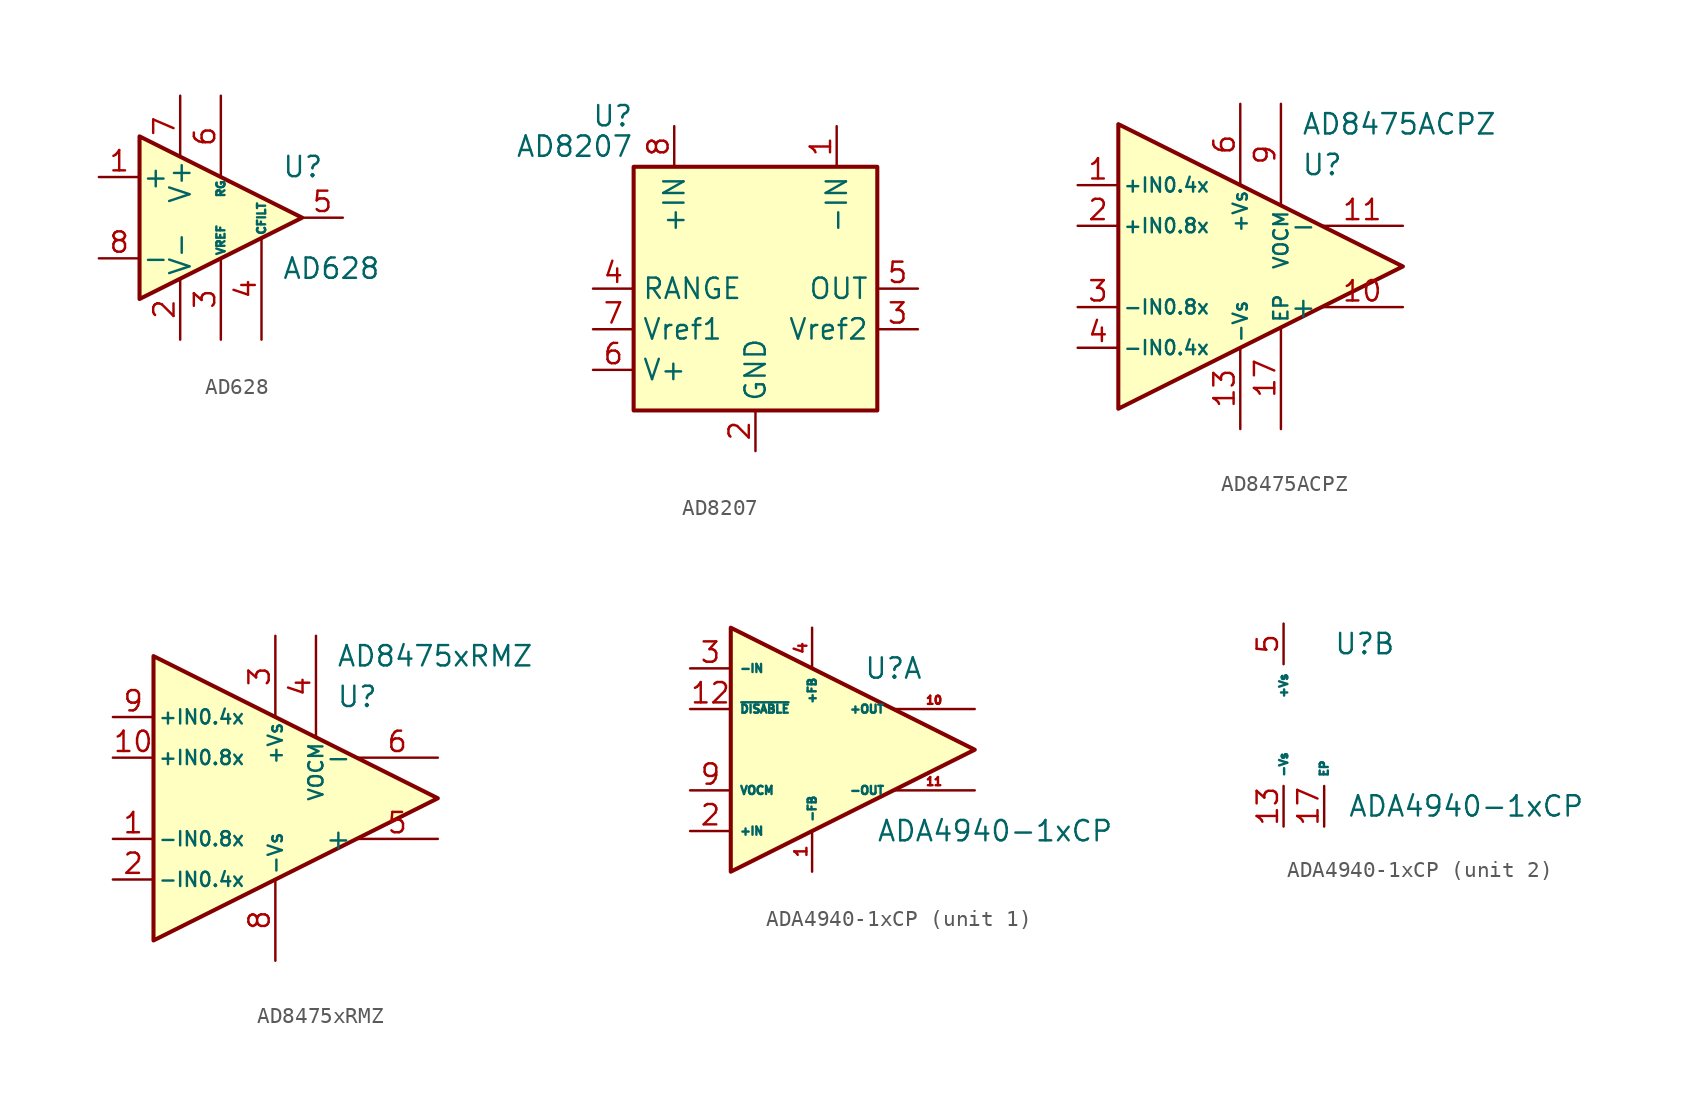
<source format=kicad_sym>
(kicad_symbol_lib
  (version 20211014)
  (generator kicad_symbol_editor)
  (symbol "AD628"
    (pin_names
      (offset 0.127))
    (property "Reference" "U"
      (at 3.81 3.175 0)
      (effects (font (size 1.27 1.27)) (justify left)))
    (property "Value" "AD628"
      (at 3.81 -3.175 0)
      (effects (font (size 1.27 1.27)) (justify left)))
    (symbol "AD628_0_1"
      (polyline (pts (xy 5.08 0) (xy -5.08 5.08) (xy -5.08 -5.08) (xy 5.08 0)) (stroke (width 0.254) (type default) (color 0 0 0 0)) (fill (type background))))
    (symbol "AD628_1_1"
      (pin input line (at -7.62 2.54 0) (length 2.54) (name "+" (effects (font (size 1.27 1.27)))) (number "1" (effects (font (size 1.27 1.27)))))
      (pin power_in line (at -2.54 -7.62 90) (length 3.81) (name "V-" (effects (font (size 1.27 1.27)))) (number "2" (effects (font (size 1.27 1.27)))))
      (pin passive line (at 0 -7.62 90) (length 5.08) (name "VREF" (effects (font (size 0.508 0.508)))) (number "3" (effects (font (size 1.27 1.27)))))
      (pin passive line (at 2.54 -7.62 90) (length 6.35) (name "CFILT" (effects (font (size 0.508 0.508)))) (number "4" (effects (font (size 1.27 1.27)))))
      (pin output line (at 7.62 0 180) (length 2.54) (name "~" (effects (font (size 1.27 1.27)))) (number "5" (effects (font (size 1.27 1.27)))))
      (pin passive line (at 0 7.62 270) (length 5.08) (name "RG" (effects (font (size 0.508 0.508)))) (number "6" (effects (font (size 1.27 1.27)))))
      (pin power_in line (at -2.54 7.62 270) (length 3.81) (name "V+" (effects (font (size 1.27 1.27)))) (number "7" (effects (font (size 1.27 1.27)))))
      (pin input line (at -7.62 -2.54 0) (length 2.54) (name "-" (effects (font (size 1.27 1.27)))) (number "8" (effects (font (size 1.27 1.27)))))))
  (symbol "AD8207"
    (property "Reference" "U"
      (at -7.62 10.795 0)
      (effects (font (size 1.27 1.27)) (justify right)))
    (property "Value" "AD8207"
      (at -7.62 8.89 0)
      (effects (font (size 1.27 1.27)) (justify right)))
    (symbol "AD8207_0_1"
      (rectangle (start -7.62 7.62) (end 7.62 -7.62) (stroke (width 0.254) (type default) (color 0 0 0 0)) (fill (type background))))
    (symbol "AD8207_1_1"
      (pin input line (at 5.08 10.16 270) (length 2.54) (name "-IN" (effects (font (size 1.27 1.27)))) (number "1" (effects (font (size 1.27 1.27)))))
      (pin power_in line (at 0 -10.16 90) (length 2.54) (name "GND" (effects (font (size 1.27 1.27)))) (number "2" (effects (font (size 1.27 1.27)))))
      (pin input line (at 10.16 -2.54 180) (length 2.54) (name "Vref2" (effects (font (size 1.27 1.27)))) (number "3" (effects (font (size 1.27 1.27)))))
      (pin input line (at -10.16 0 0) (length 2.54) (name "RANGE" (effects (font (size 1.27 1.27)))) (number "4" (effects (font (size 1.27 1.27)))))
      (pin output line (at 10.16 0 180) (length 2.54) (name "OUT" (effects (font (size 1.27 1.27)))) (number "5" (effects (font (size 1.27 1.27)))))
      (pin power_in line (at -10.16 -5.08 0) (length 2.54) (name "V+" (effects (font (size 1.27 1.27)))) (number "6" (effects (font (size 1.27 1.27)))))
      (pin input line (at -10.16 -2.54 0) (length 2.54) (name "Vref1" (effects (font (size 1.27 1.27)))) (number "7" (effects (font (size 1.27 1.27)))))
      (pin input line (at -5.08 10.16 270) (length 2.54) (name "+IN" (effects (font (size 1.27 1.27)))) (number "8" (effects (font (size 1.27 1.27)))))))
  (symbol "AD8475ACPZ"
    (pin_names
      (offset 0.254))
    (property "Reference" "U"
      (at 3.81 6.35 0)
      (effects (font (size 1.27 1.27)) (justify left)))
    (property "Value" "AD8475ACPZ"
      (at 3.81 8.89 0)
      (effects (font (size 1.27 1.27)) (justify left)))
    (symbol "AD8475ACPZ_0_1"
      (polyline (pts (xy -7.62 8.89) (xy -7.62 -8.89) (xy 10.16 0) (xy -7.62 8.89)) (stroke (width 0.254) (type default) (color 0 0 0 0)) (fill (type background))))
    (symbol "AD8475ACPZ_1_1"
      (pin input line (at -10.16 5.08 0) (length 2.54) (name "+IN0.4x" (effects (font (size 0.889 0.889)))) (number "1" (effects (font (size 1.27 1.27)))))
      (pin output line (at 10.16 -2.54 180) (length 5.08) (name "+" (effects (font (size 1.27 1.27)))) (number "10" (effects (font (size 1.27 1.27)))))
      (pin output line (at 10.16 2.54 180) (length 5.08) (name "-" (effects (font (size 1.27 1.27)))) (number "11" (effects (font (size 1.27 1.27)))))
      (pin no_connect line (at -7.62 -7.62 0) (length 2.54) hide (name "NC" (effects (font (size 1.27 1.27)))) (number "12" (effects (font (size 1.27 1.27)))))
      (pin power_in line (at 0 -10.16 90) (length 5.08) (name "-Vs" (effects (font (size 0.889 0.889)))) (number "13" (effects (font (size 1.27 1.27)))))
      (pin passive line (at 0 -10.16 90) (length 5.08) hide (name "-Vs" (effects (font (size 0.889 0.889)))) (number "14" (effects (font (size 1.27 1.27)))))
      (pin passive line (at 0 -10.16 90) (length 5.08) hide (name "-Vs" (effects (font (size 0.889 0.889)))) (number "15" (effects (font (size 1.27 1.27)))))
      (pin input line (at -10.16 5.08 0) (length 2.54) hide (name "+IN0.4x" (effects (font (size 0.889 0.889)))) (number "16" (effects (font (size 1.27 1.27)))))
      (pin passive line (at 2.54 -10.16 90) (length 6.35) (name "EP" (effects (font (size 0.889 0.889)))) (number "17" (effects (font (size 1.27 1.27)))))
      (pin input line (at -10.16 2.54 0) (length 2.54) (name "+IN0.8x" (effects (font (size 0.889 0.889)))) (number "2" (effects (font (size 1.27 1.27)))))
      (pin input line (at -10.16 -2.54 0) (length 2.54) (name "-IN0.8x" (effects (font (size 0.889 0.889)))) (number "3" (effects (font (size 1.27 1.27)))))
      (pin input line (at -10.16 -5.08 0) (length 2.54) (name "-IN0.4x" (effects (font (size 0.889 0.889)))) (number "4" (effects (font (size 1.27 1.27)))))
      (pin input line (at -10.16 -5.08 0) (length 2.54) hide (name "-IN0.4x" (effects (font (size 0.889 0.889)))) (number "5" (effects (font (size 1.27 1.27)))))
      (pin power_in line (at 0 10.16 270) (length 5.08) (name "+Vs" (effects (font (size 0.889 0.889)))) (number "6" (effects (font (size 1.27 1.27)))))
      (pin passive line (at 0 10.16 270) (length 5.08) hide (name "+Vs" (effects (font (size 0.889 0.889)))) (number "7" (effects (font (size 1.27 1.27)))))
      (pin passive line (at 0 10.16 270) (length 5.08) hide (name "+Vs" (effects (font (size 0.889 0.889)))) (number "8" (effects (font (size 1.27 1.27)))))
      (pin power_in line (at 2.54 10.16 270) (length 6.35) (name "VOCM" (effects (font (size 0.889 0.889)))) (number "9" (effects (font (size 1.27 1.27)))))))
  (symbol "AD8475xRMZ"
    (pin_names
      (offset 0.254))
    (property "Reference" "U"
      (at 3.81 6.35 0)
      (effects (font (size 1.27 1.27)) (justify left)))
    (property "Value" "AD8475xRMZ"
      (at 3.81 8.89 0)
      (effects (font (size 1.27 1.27)) (justify left)))
    (symbol "AD8475xRMZ_0_1"
      (polyline (pts (xy -7.62 8.89) (xy -7.62 -8.89) (xy 10.16 0) (xy -7.62 8.89)) (stroke (width 0.254) (type default) (color 0 0 0 0)) (fill (type background))))
    (symbol "AD8475xRMZ_1_1"
      (pin input line (at -10.16 -2.54 0) (length 2.54) (name "-IN0.8x" (effects (font (size 0.889 0.889)))) (number "1" (effects (font (size 1.27 1.27)))))
      (pin input line (at -10.16 2.54 0) (length 2.54) (name "+IN0.8x" (effects (font (size 0.889 0.889)))) (number "10" (effects (font (size 1.27 1.27)))))
      (pin input line (at -10.16 -5.08 0) (length 2.54) (name "-IN0.4x" (effects (font (size 0.889 0.889)))) (number "2" (effects (font (size 1.27 1.27)))))
      (pin power_in line (at 0 10.16 270) (length 5.08) (name "+Vs" (effects (font (size 0.889 0.889)))) (number "3" (effects (font (size 1.27 1.27)))))
      (pin power_in line (at 2.54 10.16 270) (length 6.35) (name "VOCM" (effects (font (size 0.889 0.889)))) (number "4" (effects (font (size 1.27 1.27)))))
      (pin output line (at 10.16 -2.54 180) (length 5.08) (name "+" (effects (font (size 1.27 1.27)))) (number "5" (effects (font (size 1.27 1.27)))))
      (pin output line (at 10.16 2.54 180) (length 5.08) (name "-" (effects (font (size 1.27 1.27)))) (number "6" (effects (font (size 1.27 1.27)))))
      (pin no_connect line (at -7.62 -7.62 0) (length 2.54) hide (name "NC" (effects (font (size 1.27 1.27)))) (number "7" (effects (font (size 1.27 1.27)))))
      (pin power_in line (at 0 -10.16 90) (length 5.08) (name "-Vs" (effects (font (size 0.889 0.889)))) (number "8" (effects (font (size 1.27 1.27)))))
      (pin input line (at -10.16 5.08 0) (length 2.54) (name "+IN0.4x" (effects (font (size 0.889 0.889)))) (number "9" (effects (font (size 1.27 1.27)))))))
  (symbol "ADA4940-1xCP"
    (property "Reference" "U"
      (at 5.08 5.08 0)
      (effects (font (size 1.27 1.27))))
    (property "Value" "ADA4940-1xCP"
      (at 11.43 -5.08 0)
      (effects (font (size 1.27 1.27))))
    (symbol "ADA4940-1xCP_1_1"
      (polyline (pts (xy -5.08 7.62) (xy -5.08 -7.62) (xy 10.16 0) (xy -5.08 7.62)) (stroke (width 0.254) (type default) (color 0 0 0 0)) (fill (type background)))
      (pin input line (at 0 -7.62 90) (length 2.54) (name "-FB" (effects (font (size 0.508 0.508)))) (number "1" (effects (font (size 0.762 0.762)))))
      (pin output line (at 10.16 2.54 180) (length 5.08) (name "+OUT" (effects (font (size 0.508 0.508)))) (number "10" (effects (font (size 0.508 0.508)))))
      (pin output line (at 10.16 -2.54 180) (length 5.08) (name "-OUT" (effects (font (size 0.508 0.508)))) (number "11" (effects (font (size 0.508 0.508)))))
      (pin input line (at -7.62 2.54 0) (length 2.54) (name "~{DISABLE}" (effects (font (size 0.508 0.508)))) (number "12" (effects (font (size 1.27 1.27)))))
      (pin input line (at -7.62 -5.08 0) (length 2.54) (name "+IN" (effects (font (size 0.508 0.508)))) (number "2" (effects (font (size 1.27 1.27)))))
      (pin input line (at -7.62 5.08 0) (length 2.54) (name "-IN" (effects (font (size 0.508 0.508)))) (number "3" (effects (font (size 1.27 1.27)))))
      (pin input line (at 0 7.62 270) (length 2.54) (name "+FB" (effects (font (size 0.508 0.508)))) (number "4" (effects (font (size 0.762 0.762)))))
      (pin input line (at -7.62 -2.54 0) (length 2.54) (name "VOCM" (effects (font (size 0.508 0.508)))) (number "9" (effects (font (size 1.27 1.27))))))
    (symbol "ADA4940-1xCP_2_1"
      (pin power_in line (at 0 -6.35 90) (length 2.54) (name "-Vs" (effects (font (size 0.508 0.508)))) (number "13" (effects (font (size 1.27 1.27)))))
      (pin passive line (at 0 -6.35 90) (length 2.54) hide (name "-Vs" (effects (font (size 0.508 0.508)))) (number "14" (effects (font (size 1.27 1.27)))))
      (pin passive line (at 0 -6.35 90) (length 2.54) hide (name "-Vs" (effects (font (size 0.508 0.508)))) (number "15" (effects (font (size 1.27 1.27)))))
      (pin passive line (at 0 -6.35 90) (length 2.54) hide (name "-Vs" (effects (font (size 0.508 0.508)))) (number "16" (effects (font (size 1.27 1.27)))))
      (pin passive line (at 2.54 -6.35 90) (length 2.54) (name "EP" (effects (font (size 0.508 0.508)))) (number "17" (effects (font (size 1.27 1.27)))))
      (pin power_in line (at 0 6.35 270) (length 2.54) (name "+Vs" (effects (font (size 0.508 0.508)))) (number "5" (effects (font (size 1.27 1.27)))))
      (pin passive line (at 0 6.35 270) (length 2.54) hide (name "+Vs" (effects (font (size 0.508 0.508)))) (number "6" (effects (font (size 1.27 1.27)))))
      (pin passive line (at 0 6.35 270) (length 2.54) hide (name "+Vs" (effects (font (size 0.508 0.508)))) (number "7" (effects (font (size 1.27 1.27)))))
      (pin passive line (at 0 6.35 270) (length 2.54) hide (name "+Vs" (effects (font (size 0.508 0.508)))) (number "8" (effects (font (size 1.27 1.27))))))))
</source>
